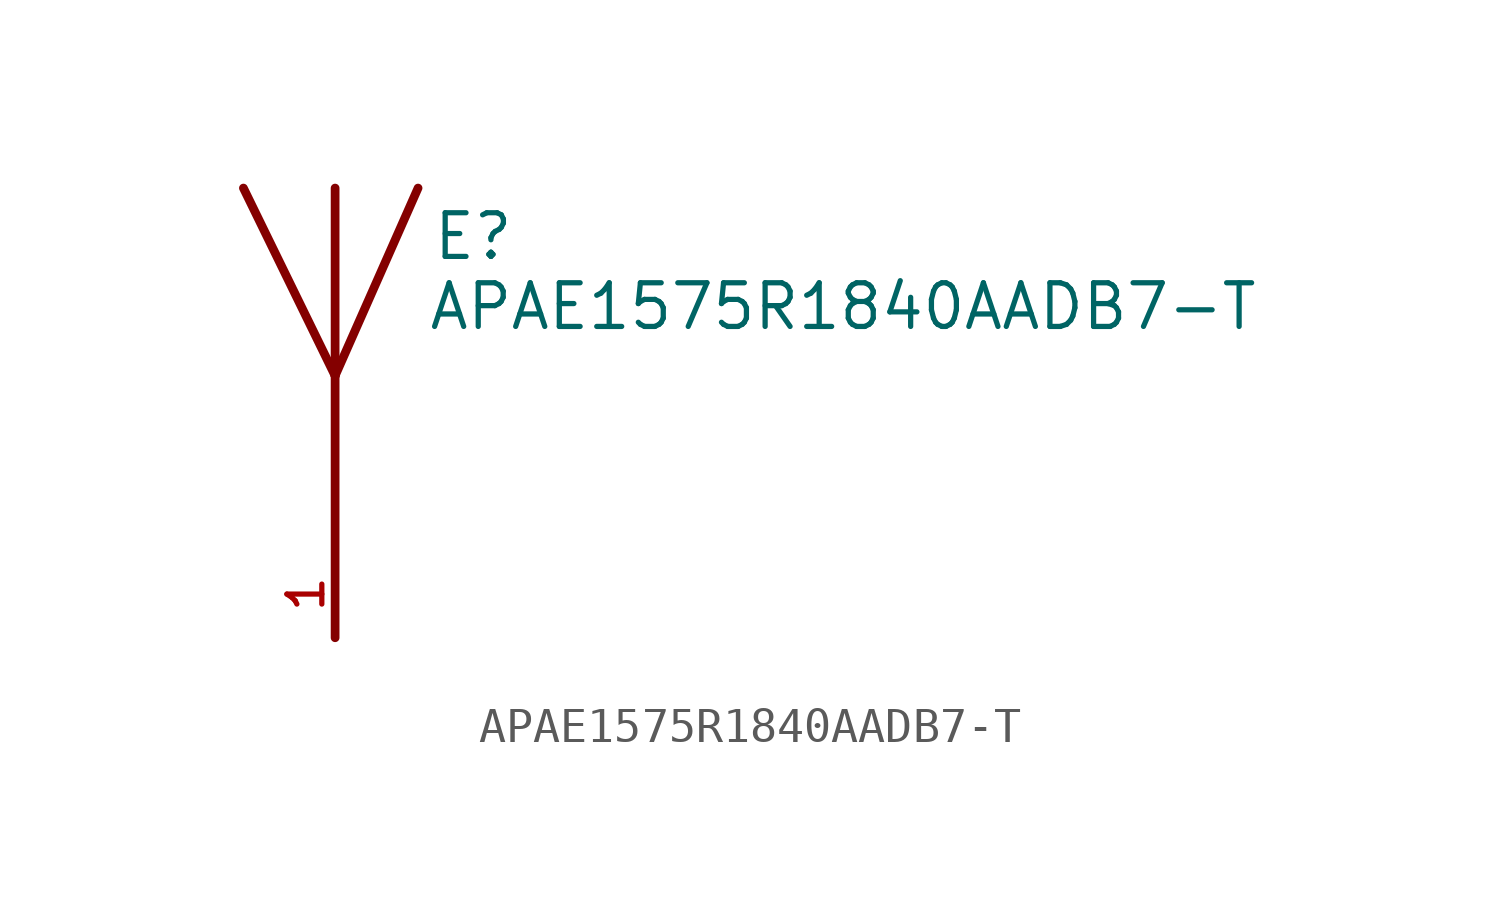
<source format=kicad_sym>
(kicad_symbol_lib
  (version 20211014)
  (generator kicad_symbol_editor)
  (symbol "APAE1575R1840AADB7-T"
    (pin_names
      (offset 1.016))
    (property "Reference" "E"
      (at 2.8 5.85 0)
      (effects (font (size 1.27 1.27)) (justify bottom left)))
    (property "Value" "APAE1575R1840AADB7-T"
      (at 2.673 3.813 0)
      (effects (font (size 1.27 1.27)) (justify bottom left)))
    (symbol "APAE1575R1840AADB7-T_0_0"
      (polyline (pts (xy 2.413 8.001) (xy 0.0 2.54)) (stroke (width 0.254)))
      (polyline (pts (xy 0.0 2.54) (xy -2.667 8.001)) (stroke (width 0.254)))
      (polyline (pts (xy 0.0 8.001) (xy 0.0 2.54)) (stroke (width 0.254)))
      (polyline (pts (xy 0.0 2.54) (xy 0.0 -5.08)) (stroke (width 0.254)))
      (pin input line (at 0.0 -5.08 90.0) (length 2.54) (name "~" (effects (font (size 1.016 1.016)))) (number "1" (effects (font (size 1.016 1.016))))))))
</source>
